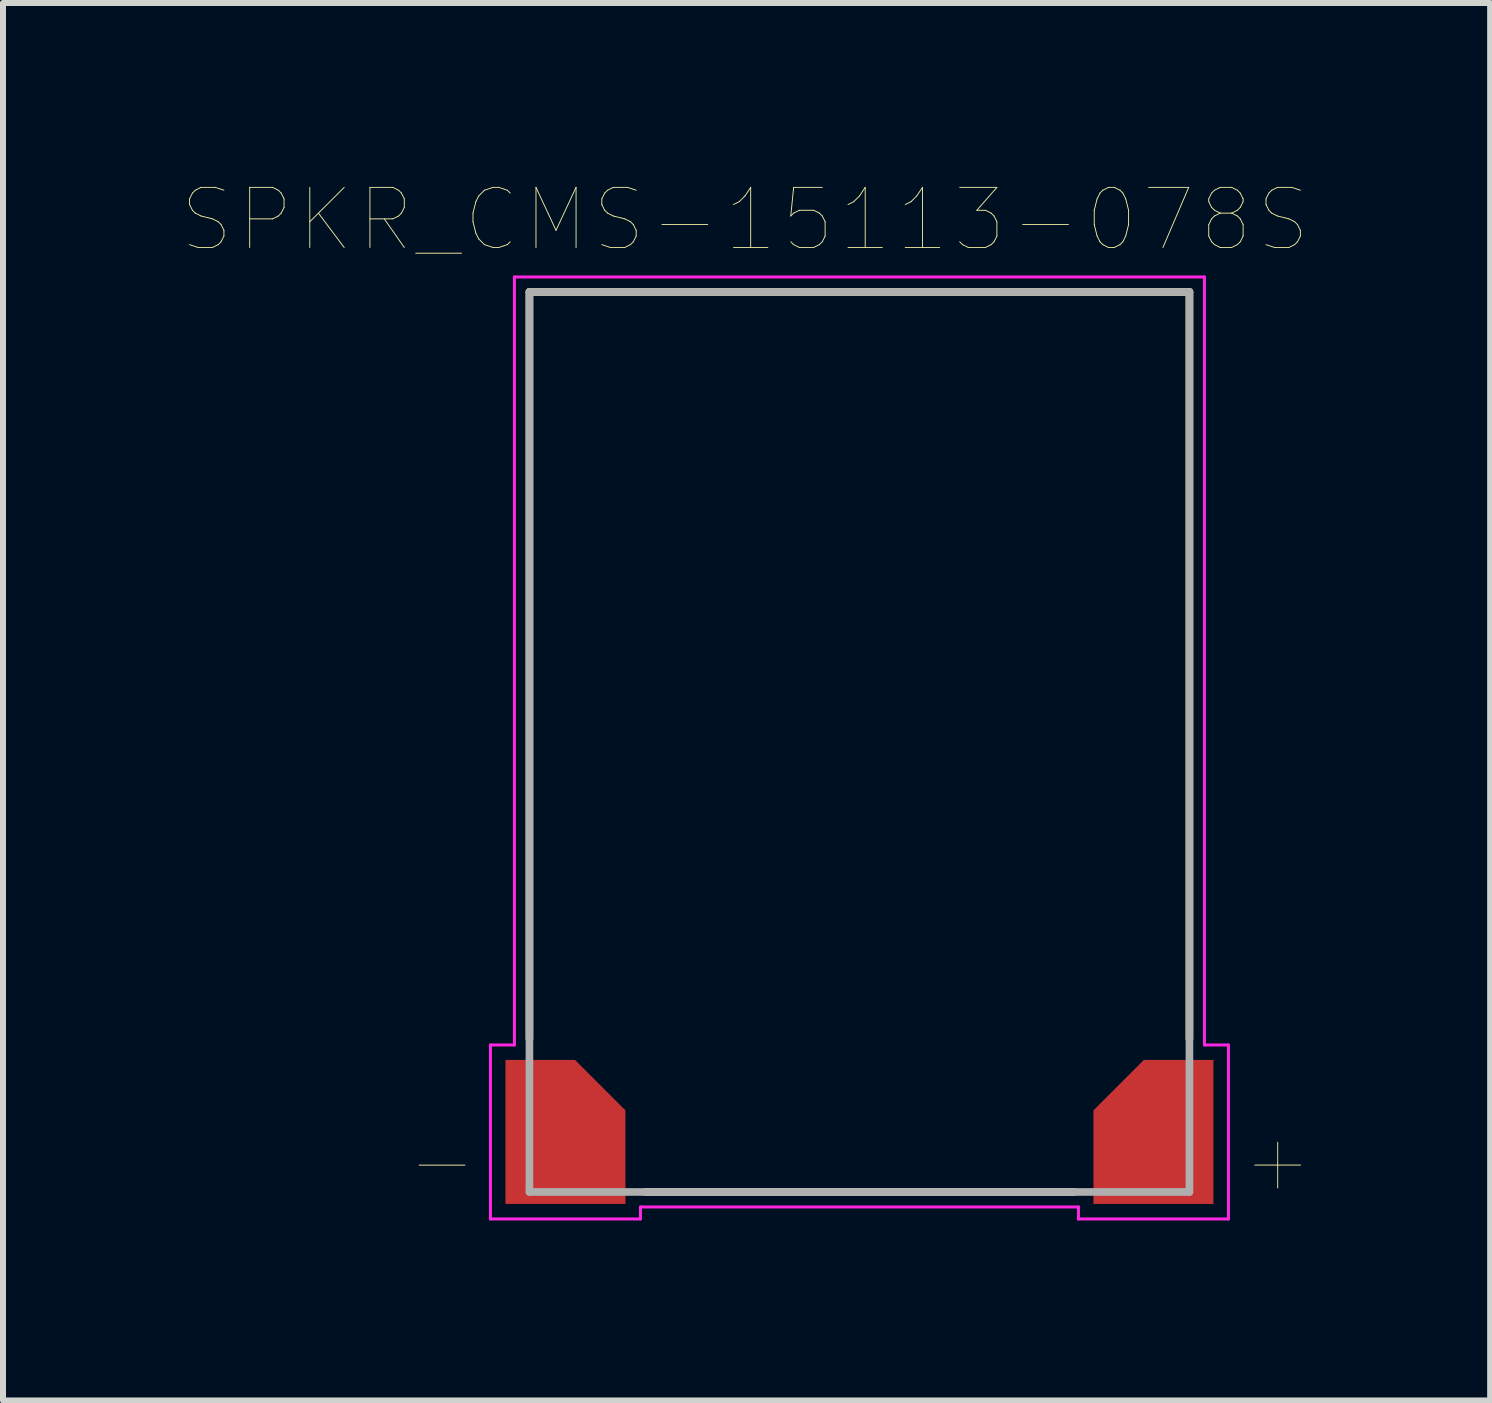
<source format=kicad_pcb>
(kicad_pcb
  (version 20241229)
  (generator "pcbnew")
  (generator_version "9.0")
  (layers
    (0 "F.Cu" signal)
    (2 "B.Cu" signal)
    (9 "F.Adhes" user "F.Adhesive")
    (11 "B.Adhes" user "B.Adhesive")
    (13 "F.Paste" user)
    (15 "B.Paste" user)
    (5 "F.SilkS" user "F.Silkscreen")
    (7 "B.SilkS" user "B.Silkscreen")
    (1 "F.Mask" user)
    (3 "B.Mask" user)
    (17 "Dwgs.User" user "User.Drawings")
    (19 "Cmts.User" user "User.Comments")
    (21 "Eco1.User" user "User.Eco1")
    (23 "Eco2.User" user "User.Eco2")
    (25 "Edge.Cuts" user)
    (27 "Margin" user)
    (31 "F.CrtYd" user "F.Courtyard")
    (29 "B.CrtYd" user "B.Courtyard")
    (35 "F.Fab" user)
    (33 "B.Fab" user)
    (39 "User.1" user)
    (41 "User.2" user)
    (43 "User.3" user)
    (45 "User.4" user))
  (footprint "SPKR_CMS-15113-078S"
    (layer "F.Cu")
    (at 11.274 9.316)
    (property "Reference" "SPKR_CMS-15113-078S" (at -1.908 -8.704 0) (layer "F.SilkS") (effects (font (size 1.002 1.002) (thickness 0.015))))
    (attr through_hole)
    (fp_line (start -5.9 5.3) (end -4.74 5.3) (stroke (width 0.0001) (type solid)) (layer "F.Cu"))
    (fp_line (start -5.9 7.7) (end -5.9 5.3) (stroke (width 0.0001) (type solid)) (layer "F.Cu"))
    (fp_line (start -4.74 5.3) (end -3.9 6.14) (stroke (width 0.0001) (type solid)) (layer "F.Cu"))
    (fp_line (start -3.9 6.14) (end -3.9 7.7) (stroke (width 0.0001) (type solid)) (layer "F.Cu"))
    (fp_line (start -3.9 7.7) (end -5.9 7.7) (stroke (width 0.0001) (type solid)) (layer "F.Cu"))
    (fp_poly (pts (xy -5.9 5.3) (xy -4.74 5.3) (xy -3.9 6.14) (xy -3.9 7.7) (xy -5.9 7.7)) (stroke (width 0.0001) (type solid)) (fill yes) (layer "F.Cu"))
    (fp_poly (pts (xy 4.74 5.3) (xy 5.9 5.3) (xy 5.9 7.7) (xy 3.9 7.7) (xy 3.9 6.14)) (stroke (width 0.0001) (type solid)) (fill yes) (layer "F.Cu"))
    (fp_poly (pts (xy -6 5.2) (xy -4.7 5.2) (xy -3.8 6.1) (xy -3.8 7.8) (xy -6 7.8)) (stroke (width 0.0001) (type solid)) (fill yes) (layer "F.Mask"))
    (fp_poly (pts (xy 4.7 5.2) (xy 6 5.2) (xy 6 7.8) (xy 3.8 7.8) (xy 3.8 6.1)) (stroke (width 0.0001) (type solid)) (fill yes) (layer "F.Mask"))
    (fp_line (start -5.5 -7.5) (end 5.5 -7.5) (stroke (width 0.127) (type solid)) (layer "F.SilkS"))
    (fp_line (start -5.5 4.95) (end -5.5 -7.5) (stroke (width 0.127) (type solid)) (layer "F.SilkS"))
    (fp_line (start -3.573 7.5) (end 3.573 7.5) (stroke (width 0.127) (type solid)) (layer "F.SilkS"))
    (fp_line (start 5.5 -7.5) (end 5.5 4.95) (stroke (width 0.127) (type solid)) (layer "F.SilkS"))
    (fp_poly (pts (xy -5.9 5.3) (xy -4.74 5.3) (xy -3.9 6.14) (xy -3.9 7.7) (xy -5.9 7.7)) (stroke (width 0.0001) (type solid)) (fill yes) (layer "F.Paste"))
    (fp_poly (pts (xy 4.74 5.3) (xy 5.9 5.3) (xy 5.9 7.7) (xy 3.9 7.7) (xy 3.9 6.14)) (stroke (width 0.0001) (type solid)) (fill yes) (layer "F.Paste"))
    (fp_line (start -6.15 5.05) (end -6.15 7.95) (stroke (width 0.05) (type solid)) (layer "F.CrtYd"))
    (fp_line (start -6.15 7.95) (end -3.65 7.95) (stroke (width 0.05) (type solid)) (layer "F.CrtYd"))
    (fp_line (start -5.75 -7.75) (end -5.75 5.05) (stroke (width 0.05) (type solid)) (layer "F.CrtYd"))
    (fp_line (start -5.75 -7.75) (end 5.75 -7.75) (stroke (width 0.05) (type solid)) (layer "F.CrtYd"))
    (fp_line (start -5.75 5.05) (end -6.15 5.05) (stroke (width 0.05) (type solid)) (layer "F.CrtYd"))
    (fp_line (start -3.65 7.75) (end 3.65 7.75) (stroke (width 0.05) (type solid)) (layer "F.CrtYd"))
    (fp_line (start -3.65 7.95) (end -3.65 7.75) (stroke (width 0.05) (type solid)) (layer "F.CrtYd"))
    (fp_line (start 3.65 7.75) (end 3.65 7.95) (stroke (width 0.05) (type solid)) (layer "F.CrtYd"))
    (fp_line (start 3.65 7.95) (end 6.15 7.95) (stroke (width 0.05) (type solid)) (layer "F.CrtYd"))
    (fp_line (start 5.75 5.05) (end 5.75 -7.75) (stroke (width 0.05) (type solid)) (layer "F.CrtYd"))
    (fp_line (start 6.15 5.05) (end 5.75 5.05) (stroke (width 0.05) (type solid)) (layer "F.CrtYd"))
    (fp_line (start 6.15 7.95) (end 6.15 5.05) (stroke (width 0.05) (type solid)) (layer "F.CrtYd"))
    (fp_line (start -5.5 -7.5) (end 5.5 -7.5) (stroke (width 0.127) (type solid)) (layer "F.Fab"))
    (fp_line (start -5.5 7.5) (end -5.5 -7.5) (stroke (width 0.127) (type solid)) (layer "F.Fab"))
    (fp_line (start 5.5 -7.5) (end 5.5 7.5) (stroke (width 0.127) (type solid)) (layer "F.Fab"))
    (fp_line (start 5.5 7.5) (end -5.5 7.5) (stroke (width 0.127) (type solid)) (layer "F.Fab"))
    (fp_text user "-" (at -6.956 6.972 0) (layer "F.SilkS") (effects (font (size 1 1) (thickness 0.015))))
    (fp_text user "+" (at 6.971 6.971 0) (layer "F.SilkS") (effects (font (size 1 1) (thickness 0.015))))
    (pad "M" smd rect (at -5 6.99) (size 1 1) (layers "F.Cu"))
    (pad "P" smd rect (at 5 6.99) (size 1 1) (layers "F.Cu")))
  (gr_rect
    (start -3 -3)
    (end 21.786 20.291)
    (stroke (width 0.1) (type default))
    (fill no)
    (layer "Edge.Cuts")))
</source>
